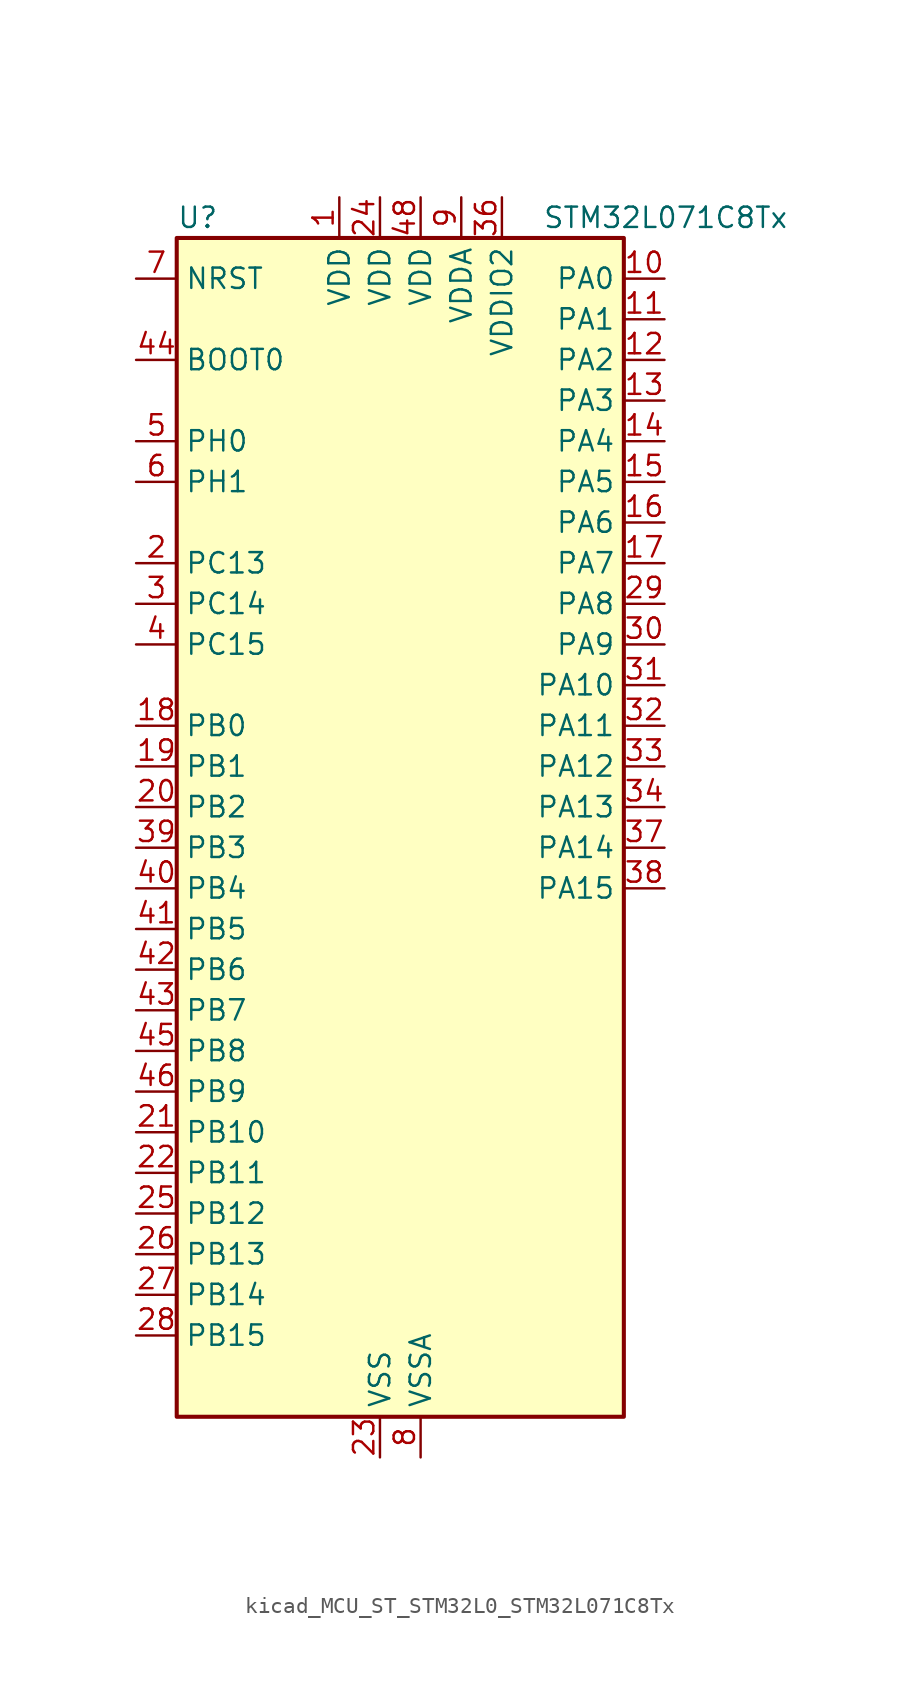
<source format=kicad_sym>
(kicad_symbol_lib
  (version 20220914)
  (generator kicad_symbol_editor)
  (symbol "kicad_MCU_ST_STM32L0_STM32L071C8Tx"
    (property "Reference" "U"
      (at -12.7 39.37 0)
      (effects (font (size 1.27 1.27)) (justify left)))
    (property "Value" "STM32L071C8Tx"
      (at 10.16 39.37 0)
      (effects (font (size 1.27 1.27)) (justify left)))
    (property "ki_locked" ""
      (at 0 0 0)
      (effects (font (size 1.27 1.27))))
    (symbol "kicad_MCU_ST_STM32L0_STM32L071C8Tx_0_1"
      (rectangle (start -12.7 -35.56) (end 15.24 38.1) (stroke (width 0.254) (type default)) (fill (type background))))
    (symbol "kicad_MCU_ST_STM32L0_STM32L071C8Tx_1_1"
      (pin power_in line (at -2.54 40.64 270) (length 2.54) (name "VDD" (effects (font (size 1.27 1.27)))) (number "1" (effects (font (size 1.27 1.27)))))
      (pin bidirectional line (at 17.78 35.56 180) (length 2.54) (name "PA0" (effects (font (size 1.27 1.27)))) (number "10" (effects (font (size 1.27 1.27)))) (alternate "ADC_IN0" bidirectional line) (alternate "COMP1_INM" bidirectional line) (alternate "COMP1_OUT" bidirectional line) (alternate "RTC_TAMP2" bidirectional line) (alternate "SYS_WKUP1" bidirectional line) (alternate "TIM2_CH1" bidirectional line) (alternate "TIM2_ETR" bidirectional line) (alternate "USART2_CTS" bidirectional line) (alternate "USART4_TX" bidirectional line))
      (pin bidirectional line (at 17.78 33.02 180) (length 2.54) (name "PA1" (effects (font (size 1.27 1.27)))) (number "11" (effects (font (size 1.27 1.27)))) (alternate "ADC_IN1" bidirectional line) (alternate "COMP1_INP" bidirectional line) (alternate "TIM21_ETR" bidirectional line) (alternate "TIM2_CH2" bidirectional line) (alternate "USART2_DE" bidirectional line) (alternate "USART2_RTS" bidirectional line) (alternate "USART4_RX" bidirectional line))
      (pin bidirectional line (at 17.78 30.48 180) (length 2.54) (name "PA2" (effects (font (size 1.27 1.27)))) (number "12" (effects (font (size 1.27 1.27)))) (alternate "ADC_IN2" bidirectional line) (alternate "COMP2_INM" bidirectional line) (alternate "COMP2_OUT" bidirectional line) (alternate "LPUART1_TX" bidirectional line) (alternate "TIM21_CH1" bidirectional line) (alternate "TIM2_CH3" bidirectional line) (alternate "USART2_TX" bidirectional line))
      (pin bidirectional line (at 17.78 27.94 180) (length 2.54) (name "PA3" (effects (font (size 1.27 1.27)))) (number "13" (effects (font (size 1.27 1.27)))) (alternate "ADC_IN3" bidirectional line) (alternate "COMP2_INP" bidirectional line) (alternate "LPUART1_RX" bidirectional line) (alternate "TIM21_CH2" bidirectional line) (alternate "TIM2_CH4" bidirectional line) (alternate "USART2_RX" bidirectional line))
      (pin bidirectional line (at 17.78 25.4 180) (length 2.54) (name "PA4" (effects (font (size 1.27 1.27)))) (number "14" (effects (font (size 1.27 1.27)))) (alternate "ADC_IN4" bidirectional line) (alternate "COMP1_INM" bidirectional line) (alternate "COMP2_INM" bidirectional line) (alternate "SPI1_NSS" bidirectional line) (alternate "TIM22_ETR" bidirectional line) (alternate "USART2_CK" bidirectional line))
      (pin bidirectional line (at 17.78 22.86 180) (length 2.54) (name "PA5" (effects (font (size 1.27 1.27)))) (number "15" (effects (font (size 1.27 1.27)))) (alternate "ADC_IN5" bidirectional line) (alternate "COMP1_INM" bidirectional line) (alternate "COMP2_INM" bidirectional line) (alternate "SPI1_SCK" bidirectional line) (alternate "TIM2_CH1" bidirectional line) (alternate "TIM2_ETR" bidirectional line))
      (pin bidirectional line (at 17.78 20.32 180) (length 2.54) (name "PA6" (effects (font (size 1.27 1.27)))) (number "16" (effects (font (size 1.27 1.27)))) (alternate "ADC_IN6" bidirectional line) (alternate "COMP1_OUT" bidirectional line) (alternate "LPUART1_CTS" bidirectional line) (alternate "SPI1_MISO" bidirectional line) (alternate "TIM22_CH1" bidirectional line) (alternate "TIM3_CH1" bidirectional line))
      (pin bidirectional line (at 17.78 17.78 180) (length 2.54) (name "PA7" (effects (font (size 1.27 1.27)))) (number "17" (effects (font (size 1.27 1.27)))) (alternate "ADC_IN7" bidirectional line) (alternate "COMP2_OUT" bidirectional line) (alternate "SPI1_MOSI" bidirectional line) (alternate "TIM22_CH2" bidirectional line) (alternate "TIM3_CH2" bidirectional line))
      (pin bidirectional line (at -15.24 7.62 0) (length 2.54) (name "PB0" (effects (font (size 1.27 1.27)))) (number "18" (effects (font (size 1.27 1.27)))) (alternate "ADC_IN8" bidirectional line) (alternate "SYS_VREF_OUT_PB0" bidirectional line) (alternate "TIM3_CH3" bidirectional line))
      (pin bidirectional line (at -15.24 5.08 0) (length 2.54) (name "PB1" (effects (font (size 1.27 1.27)))) (number "19" (effects (font (size 1.27 1.27)))) (alternate "ADC_IN9" bidirectional line) (alternate "LPUART1_DE" bidirectional line) (alternate "LPUART1_RTS" bidirectional line) (alternate "SYS_VREF_OUT_PB1" bidirectional line) (alternate "TIM3_CH4" bidirectional line))
      (pin bidirectional line (at -15.24 17.78 0) (length 2.54) (name "PC13" (effects (font (size 1.27 1.27)))) (number "2" (effects (font (size 1.27 1.27)))) (alternate "RTC_OUT_ALARM" bidirectional line) (alternate "RTC_OUT_CALIB" bidirectional line) (alternate "RTC_TAMP1" bidirectional line) (alternate "RTC_TS" bidirectional line) (alternate "SYS_WKUP2" bidirectional line))
      (pin bidirectional line (at -15.24 2.54 0) (length 2.54) (name "PB2" (effects (font (size 1.27 1.27)))) (number "20" (effects (font (size 1.27 1.27)))) (alternate "I2C3_SMBA" bidirectional line) (alternate "LPTIM1_OUT" bidirectional line))
      (pin bidirectional line (at -15.24 -17.78 0) (length 2.54) (name "PB10" (effects (font (size 1.27 1.27)))) (number "21" (effects (font (size 1.27 1.27)))) (alternate "I2C2_SCL" bidirectional line) (alternate "LPUART1_RX" bidirectional line) (alternate "LPUART1_TX" bidirectional line) (alternate "SPI2_SCK" bidirectional line) (alternate "TIM2_CH3" bidirectional line))
      (pin bidirectional line (at -15.24 -20.32 0) (length 2.54) (name "PB11" (effects (font (size 1.27 1.27)))) (number "22" (effects (font (size 1.27 1.27)))) (alternate "ADC_EXTI11" bidirectional line) (alternate "I2C2_SDA" bidirectional line) (alternate "LPUART1_RX" bidirectional line) (alternate "LPUART1_TX" bidirectional line) (alternate "TIM2_CH4" bidirectional line))
      (pin power_in line (at 0 -38.1 90) (length 2.54) (name "VSS" (effects (font (size 1.27 1.27)))) (number "23" (effects (font (size 1.27 1.27)))))
      (pin power_in line (at 0 40.64 270) (length 2.54) (name "VDD" (effects (font (size 1.27 1.27)))) (number "24" (effects (font (size 1.27 1.27)))))
      (pin bidirectional line (at -15.24 -22.86 0) (length 2.54) (name "PB12" (effects (font (size 1.27 1.27)))) (number "25" (effects (font (size 1.27 1.27)))) (alternate "I2S2_WS" bidirectional line) (alternate "LPUART1_DE" bidirectional line) (alternate "LPUART1_RTS" bidirectional line) (alternate "SPI2_NSS" bidirectional line))
      (pin bidirectional line (at -15.24 -25.4 0) (length 2.54) (name "PB13" (effects (font (size 1.27 1.27)))) (number "26" (effects (font (size 1.27 1.27)))) (alternate "I2C2_SCL" bidirectional line) (alternate "I2S2_CK" bidirectional line) (alternate "LPUART1_CTS" bidirectional line) (alternate "RCC_MCO" bidirectional line) (alternate "SPI2_SCK" bidirectional line) (alternate "TIM21_CH1" bidirectional line))
      (pin bidirectional line (at -15.24 -27.94 0) (length 2.54) (name "PB14" (effects (font (size 1.27 1.27)))) (number "27" (effects (font (size 1.27 1.27)))) (alternate "I2C2_SDA" bidirectional line) (alternate "I2S2_MCK" bidirectional line) (alternate "LPUART1_DE" bidirectional line) (alternate "LPUART1_RTS" bidirectional line) (alternate "RTC_OUT_ALARM" bidirectional line) (alternate "RTC_OUT_CALIB" bidirectional line) (alternate "SPI2_MISO" bidirectional line) (alternate "TIM21_CH2" bidirectional line))
      (pin bidirectional line (at -15.24 -30.48 0) (length 2.54) (name "PB15" (effects (font (size 1.27 1.27)))) (number "28" (effects (font (size 1.27 1.27)))) (alternate "I2S2_SD" bidirectional line) (alternate "RTC_REFIN" bidirectional line) (alternate "SPI2_MOSI" bidirectional line))
      (pin bidirectional line (at 17.78 15.24 180) (length 2.54) (name "PA8" (effects (font (size 1.27 1.27)))) (number "29" (effects (font (size 1.27 1.27)))) (alternate "I2C3_SCL" bidirectional line) (alternate "RCC_MCO" bidirectional line) (alternate "USART1_CK" bidirectional line))
      (pin bidirectional line (at -15.24 15.24 0) (length 2.54) (name "PC14" (effects (font (size 1.27 1.27)))) (number "3" (effects (font (size 1.27 1.27)))) (alternate "RCC_OSC32_IN" bidirectional line))
      (pin bidirectional line (at 17.78 12.7 180) (length 2.54) (name "PA9" (effects (font (size 1.27 1.27)))) (number "30" (effects (font (size 1.27 1.27)))) (alternate "I2C1_SCL" bidirectional line) (alternate "I2C3_SMBA" bidirectional line) (alternate "RCC_MCO" bidirectional line) (alternate "USART1_TX" bidirectional line))
      (pin bidirectional line (at 17.78 10.16 180) (length 2.54) (name "PA10" (effects (font (size 1.27 1.27)))) (number "31" (effects (font (size 1.27 1.27)))) (alternate "I2C1_SDA" bidirectional line) (alternate "USART1_RX" bidirectional line))
      (pin bidirectional line (at 17.78 7.62 180) (length 2.54) (name "PA11" (effects (font (size 1.27 1.27)))) (number "32" (effects (font (size 1.27 1.27)))) (alternate "ADC_EXTI11" bidirectional line) (alternate "COMP1_OUT" bidirectional line) (alternate "SPI1_MISO" bidirectional line) (alternate "USART1_CTS" bidirectional line))
      (pin bidirectional line (at 17.78 5.08 180) (length 2.54) (name "PA12" (effects (font (size 1.27 1.27)))) (number "33" (effects (font (size 1.27 1.27)))) (alternate "COMP2_OUT" bidirectional line) (alternate "SPI1_MOSI" bidirectional line) (alternate "USART1_DE" bidirectional line) (alternate "USART1_RTS" bidirectional line))
      (pin bidirectional line (at 17.78 2.54 180) (length 2.54) (name "PA13" (effects (font (size 1.27 1.27)))) (number "34" (effects (font (size 1.27 1.27)))) (alternate "LPUART1_RX" bidirectional line) (alternate "SYS_SWDIO" bidirectional line))
      (pin passive line (at 0 -38.1 90) (length 2.54) hide (name "VSS" (effects (font (size 1.27 1.27)))) (number "35" (effects (font (size 1.27 1.27)))))
      (pin power_in line (at 7.62 40.64 270) (length 2.54) (name "VDDIO2" (effects (font (size 1.27 1.27)))) (number "36" (effects (font (size 1.27 1.27)))))
      (pin bidirectional line (at 17.78 0 180) (length 2.54) (name "PA14" (effects (font (size 1.27 1.27)))) (number "37" (effects (font (size 1.27 1.27)))) (alternate "LPUART1_TX" bidirectional line) (alternate "SYS_SWCLK" bidirectional line) (alternate "USART2_TX" bidirectional line))
      (pin bidirectional line (at 17.78 -2.54 180) (length 2.54) (name "PA15" (effects (font (size 1.27 1.27)))) (number "38" (effects (font (size 1.27 1.27)))) (alternate "SPI1_NSS" bidirectional line) (alternate "TIM2_CH1" bidirectional line) (alternate "TIM2_ETR" bidirectional line) (alternate "USART2_RX" bidirectional line) (alternate "USART4_DE" bidirectional line) (alternate "USART4_RTS" bidirectional line))
      (pin bidirectional line (at -15.24 0 0) (length 2.54) (name "PB3" (effects (font (size 1.27 1.27)))) (number "39" (effects (font (size 1.27 1.27)))) (alternate "COMP2_INM" bidirectional line) (alternate "SPI1_SCK" bidirectional line) (alternate "TIM2_CH2" bidirectional line) (alternate "USART1_DE" bidirectional line) (alternate "USART1_RTS" bidirectional line) (alternate "USART5_TX" bidirectional line))
      (pin bidirectional line (at -15.24 12.7 0) (length 2.54) (name "PC15" (effects (font (size 1.27 1.27)))) (number "4" (effects (font (size 1.27 1.27)))) (alternate "RCC_OSC32_OUT" bidirectional line))
      (pin bidirectional line (at -15.24 -2.54 0) (length 2.54) (name "PB4" (effects (font (size 1.27 1.27)))) (number "40" (effects (font (size 1.27 1.27)))) (alternate "COMP2_INP" bidirectional line) (alternate "I2C3_SDA" bidirectional line) (alternate "SPI1_MISO" bidirectional line) (alternate "TIM22_CH1" bidirectional line) (alternate "TIM3_CH1" bidirectional line) (alternate "USART1_CTS" bidirectional line) (alternate "USART5_RX" bidirectional line))
      (pin bidirectional line (at -15.24 -5.08 0) (length 2.54) (name "PB5" (effects (font (size 1.27 1.27)))) (number "41" (effects (font (size 1.27 1.27)))) (alternate "COMP2_INP" bidirectional line) (alternate "I2C1_SMBA" bidirectional line) (alternate "LPTIM1_IN1" bidirectional line) (alternate "SPI1_MOSI" bidirectional line) (alternate "TIM22_CH2" bidirectional line) (alternate "TIM3_CH2" bidirectional line) (alternate "USART1_CK" bidirectional line) (alternate "USART5_CK" bidirectional line) (alternate "USART5_DE" bidirectional line) (alternate "USART5_RTS" bidirectional line))
      (pin bidirectional line (at -15.24 -7.62 0) (length 2.54) (name "PB6" (effects (font (size 1.27 1.27)))) (number "42" (effects (font (size 1.27 1.27)))) (alternate "COMP2_INP" bidirectional line) (alternate "I2C1_SCL" bidirectional line) (alternate "LPTIM1_ETR" bidirectional line) (alternate "USART1_TX" bidirectional line))
      (pin bidirectional line (at -15.24 -10.16 0) (length 2.54) (name "PB7" (effects (font (size 1.27 1.27)))) (number "43" (effects (font (size 1.27 1.27)))) (alternate "COMP2_INP" bidirectional line) (alternate "I2C1_SDA" bidirectional line) (alternate "LPTIM1_IN2" bidirectional line) (alternate "SYS_PVD_IN" bidirectional line) (alternate "USART1_RX" bidirectional line) (alternate "USART4_CTS" bidirectional line))
      (pin input line (at -15.24 30.48 0) (length 2.54) (name "BOOT0" (effects (font (size 1.27 1.27)))) (number "44" (effects (font (size 1.27 1.27)))))
      (pin bidirectional line (at -15.24 -12.7 0) (length 2.54) (name "PB8" (effects (font (size 1.27 1.27)))) (number "45" (effects (font (size 1.27 1.27)))) (alternate "I2C1_SCL" bidirectional line))
      (pin bidirectional line (at -15.24 -15.24 0) (length 2.54) (name "PB9" (effects (font (size 1.27 1.27)))) (number "46" (effects (font (size 1.27 1.27)))) (alternate "I2C1_SDA" bidirectional line) (alternate "I2S2_WS" bidirectional line) (alternate "SPI2_NSS" bidirectional line))
      (pin passive line (at 0 -38.1 90) (length 2.54) hide (name "VSS" (effects (font (size 1.27 1.27)))) (number "47" (effects (font (size 1.27 1.27)))))
      (pin power_in line (at 2.54 40.64 270) (length 2.54) (name "VDD" (effects (font (size 1.27 1.27)))) (number "48" (effects (font (size 1.27 1.27)))))
      (pin bidirectional line (at -15.24 25.4 0) (length 2.54) (name "PH0" (effects (font (size 1.27 1.27)))) (number "5" (effects (font (size 1.27 1.27)))) (alternate "RCC_OSC_IN" bidirectional line))
      (pin bidirectional line (at -15.24 22.86 0) (length 2.54) (name "PH1" (effects (font (size 1.27 1.27)))) (number "6" (effects (font (size 1.27 1.27)))) (alternate "RCC_OSC_OUT" bidirectional line))
      (pin input line (at -15.24 35.56 0) (length 2.54) (name "NRST" (effects (font (size 1.27 1.27)))) (number "7" (effects (font (size 1.27 1.27)))))
      (pin power_in line (at 2.54 -38.1 90) (length 2.54) (name "VSSA" (effects (font (size 1.27 1.27)))) (number "8" (effects (font (size 1.27 1.27)))))
      (pin power_in line (at 5.08 40.64 270) (length 2.54) (name "VDDA" (effects (font (size 1.27 1.27)))) (number "9" (effects (font (size 1.27 1.27))))))))
</source>
